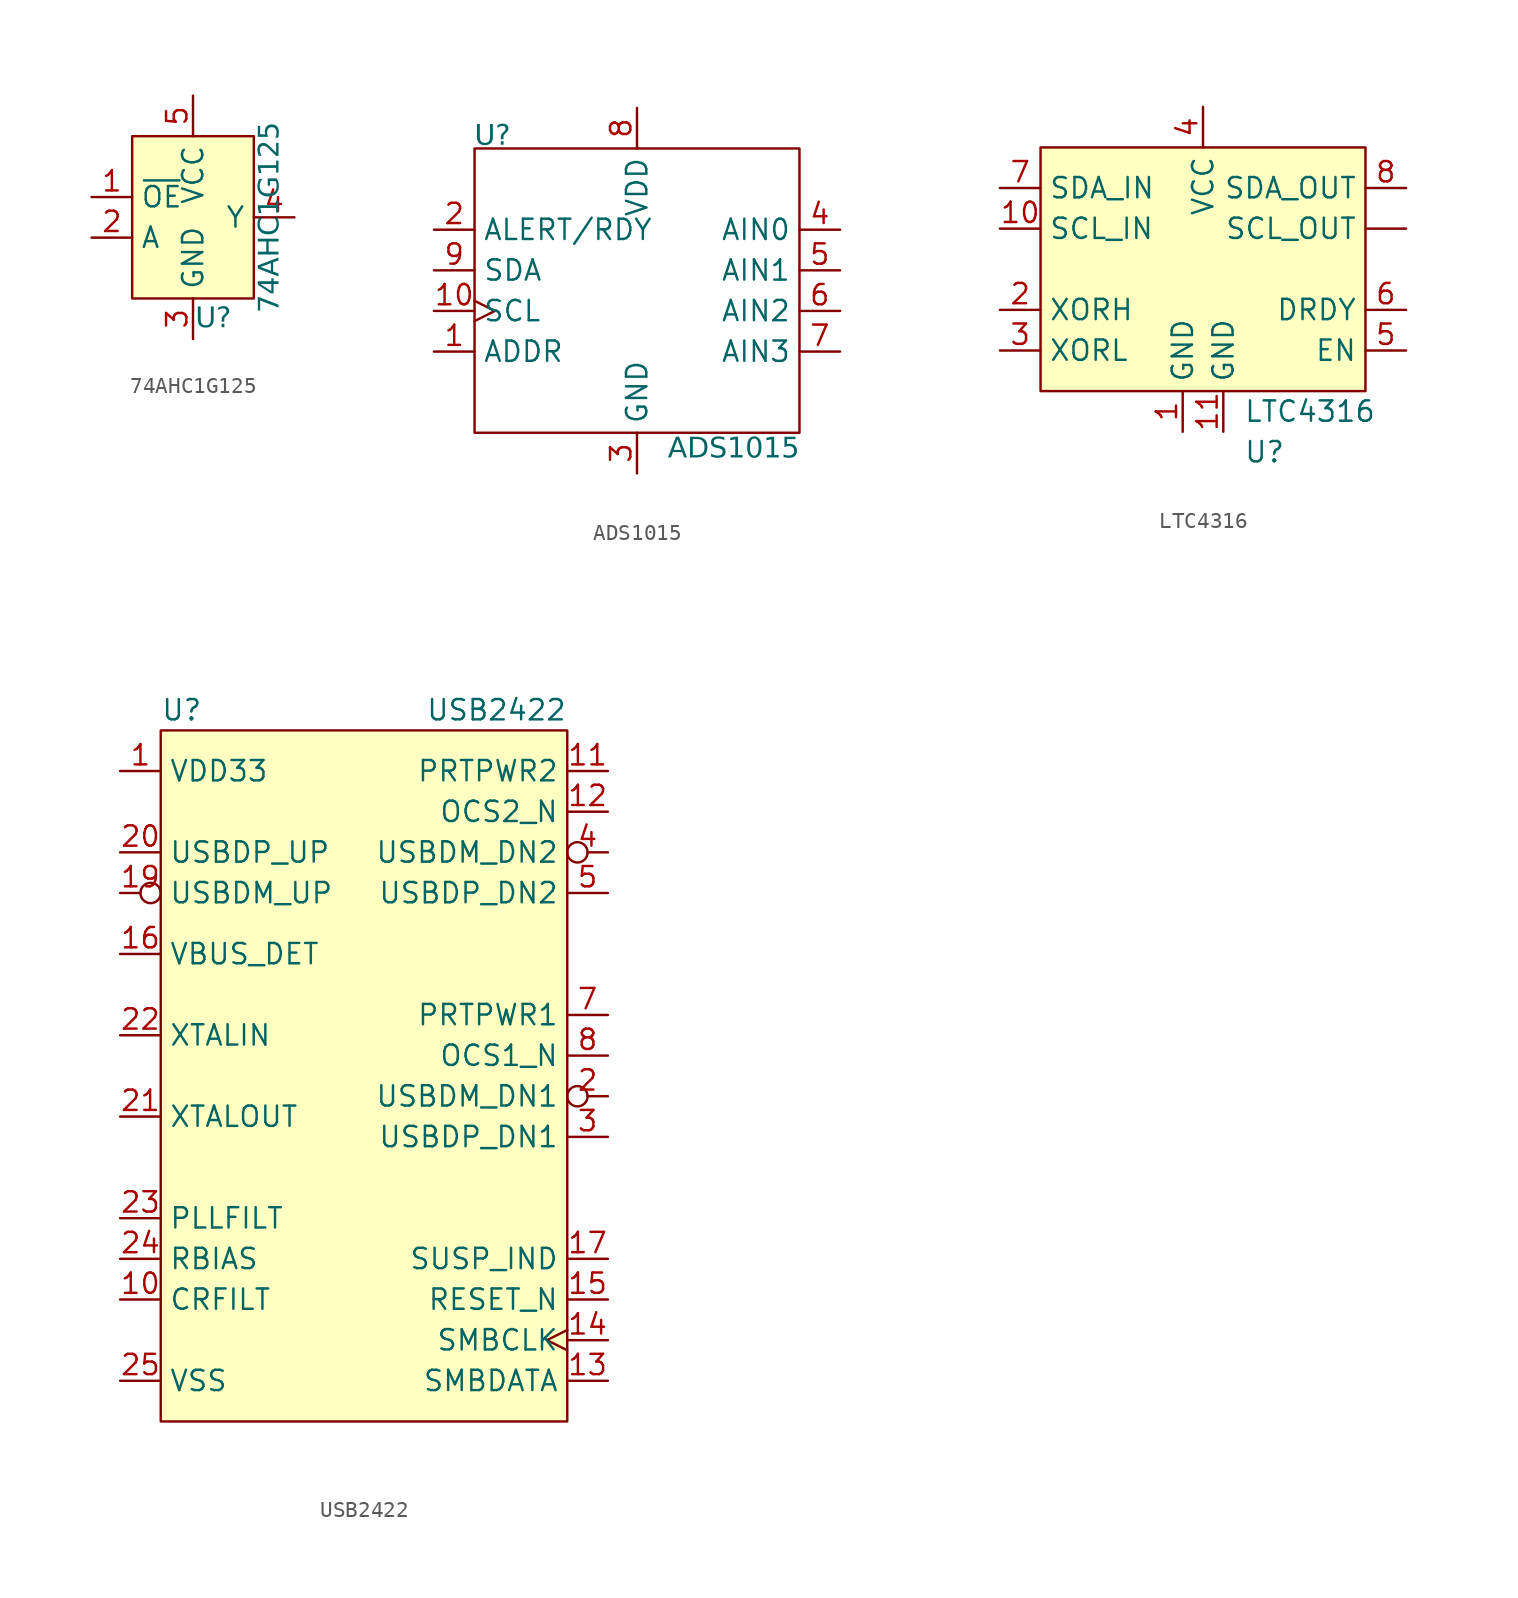
<source format=kicad_sym>
(kicad_symbol_lib
  (version 20231120)
  (generator "kicad_symbol_editor")
  (generator_version "8.0")
  (symbol "74AHC1G125"
    (property "Reference" "U"
      (at 1.27 -6.35 0)
      (do_not_autoplace)
      (effects (font (face "Bahnschrift") (size 1.27 1.27))))
    (property "Value" "74AHC1G125"
      (at 4.826 0 90)
      (do_not_autoplace)
      (effects (font (face "Bahnschrift") (size 1.27 1.27))))
    (symbol "74AHC1G125_0_0"
      (pin unspecified line (at -6.35 1.27 0) (length 2.54) (name "~{OE}" (effects (font (size 1.27 1.27)))) (number "1" (effects (font (size 1.27 1.27)))))
      (pin unspecified line (at -6.35 -1.27 0) (length 2.54) (name "A" (effects (font (size 1.27 1.27)))) (number "2" (effects (font (size 1.27 1.27)))))
      (pin unspecified line (at 0 -7.62 90) (length 2.54) (name "GND" (effects (font (size 1.27 1.27)))) (number "3" (effects (font (size 1.27 1.27)))))
      (pin unspecified line (at 6.35 0 180) (length 2.54) (name "Y" (effects (font (size 1.27 1.27)))) (number "4" (effects (font (size 1.27 1.27)))))
      (pin unspecified line (at 0 7.62 270) (length 2.54) (name "VCC" (effects (font (size 1.27 1.27)))) (number "5" (effects (font (size 1.27 1.27))))))
    (symbol "74AHC1G125_1_1"
      (rectangle (start -3.81 5.08) (end 3.81 -5.08) (stroke (width 0) (type default)) (fill (type background)))))
  (symbol "ADS1015"
    (property "Reference" "U"
      (at -10.16 9.652 0)
      (do_not_autoplace)
      (effects (font (face "Bahnschrift") (size 1.27 1.27)) (justify left)))
    (property "Value" "ADS1015"
      (at 10.16 -9.906 0)
      (do_not_autoplace)
      (effects (font (face "Bahnschrift") (size 1.27 1.27)) (justify right)))
    (symbol "ADS1015_0_0"
      (pin input line (at -12.7 -3.81 0) (length 2.54) (name "ADDR" (effects (font (size 1.27 1.27)))) (number "1" (effects (font (size 1.27 1.27)))))
      (pin input clock (at -12.7 -1.27 0) (length 2.54) (name "SCL" (effects (font (size 1.27 1.27)))) (number "10" (effects (font (size 1.27 1.27)))))
      (pin output line (at -12.7 3.81 0) (length 2.54) (name "ALERT/RDY" (effects (font (size 1.27 1.27)))) (number "2" (effects (font (size 1.27 1.27)))))
      (pin passive line (at 0 -11.43 90) (length 2.54) (name "GND" (effects (font (size 1.27 1.27)))) (number "3" (effects (font (size 1.27 1.27)))))
      (pin input line (at 12.7 3.81 180) (length 2.54) (name "AIN0" (effects (font (size 1.27 1.27)))) (number "4" (effects (font (size 1.27 1.27)))))
      (pin input line (at 12.7 1.27 180) (length 2.54) (name "AIN1" (effects (font (size 1.27 1.27)))) (number "5" (effects (font (size 1.27 1.27)))))
      (pin input line (at 12.7 -1.27 180) (length 2.54) (name "AIN2" (effects (font (size 1.27 1.27)))) (number "6" (effects (font (size 1.27 1.27)))))
      (pin input line (at 12.7 -3.81 180) (length 2.54) (name "AIN3" (effects (font (size 1.27 1.27)))) (number "7" (effects (font (size 1.27 1.27)))))
      (pin power_in line (at 0 11.43 270) (length 2.54) (name "VDD" (effects (font (size 1.27 1.27)))) (number "8" (effects (font (size 1.27 1.27)))))
      (pin bidirectional line (at -12.7 1.27 0) (length 2.54) (name "SDA" (effects (font (size 1.27 1.27)))) (number "9" (effects (font (size 1.27 1.27))))))
    (symbol "ADS1015_0_1"
      (rectangle (start -10.16 8.89) (end 10.16 -8.89) (stroke (width 0) (type default)) (fill (type none)))))
  (symbol "LTC4316"
    (property "Reference" "U"
      (at 2.54 -11.43 0)
      (effects (font (size 1.27 1.27)) (justify left)))
    (property "Value" "LTC4316"
      (at 2.54 -8.89 0)
      (effects (font (size 1.27 1.27)) (justify left)))
    (symbol "LTC4316_0_1"
      (rectangle (start -10.16 7.62) (end 10.16 -7.62) (stroke (width 0) (type default)) (fill (type background))))
    (symbol "LTC4316_1_1"
      (pin output line (at 12.7 2.54 180) (length 2.54) (name "SCL_OUT" (effects (font (size 1.27 1.27)))) (number "" (effects (font (size 1.27 1.27)))))
      (pin passive line (at -1.27 -10.16 90) (length 2.54) (name "GND" (effects (font (size 1.27 1.27)))) (number "1" (effects (font (size 1.27 1.27)))))
      (pin input line (at -12.7 2.54 0) (length 2.54) (name "SCL_IN" (effects (font (size 1.27 1.27)))) (number "10" (effects (font (size 1.27 1.27)))))
      (pin passive line (at 1.27 -10.16 90) (length 2.54) (name "GND" (effects (font (size 1.27 1.27)))) (number "11" (effects (font (size 1.27 1.27)))))
      (pin input line (at -12.7 -2.54 0) (length 2.54) (name "XORH" (effects (font (size 1.27 1.27)))) (number "2" (effects (font (size 1.27 1.27)))))
      (pin input line (at -12.7 -5.08 0) (length 2.54) (name "XORL" (effects (font (size 1.27 1.27)))) (number "3" (effects (font (size 1.27 1.27)))))
      (pin power_in line (at 0 10.16 270) (length 2.54) (name "VCC" (effects (font (size 1.27 1.27)))) (number "4" (effects (font (size 1.27 1.27)))))
      (pin input line (at 12.7 -5.08 180) (length 2.54) (name "EN" (effects (font (size 1.27 1.27)))) (number "5" (effects (font (size 1.27 1.27)))))
      (pin output line (at 12.7 -2.54 180) (length 2.54) (name "DRDY" (effects (font (size 1.27 1.27)))) (number "6" (effects (font (size 1.27 1.27)))))
      (pin bidirectional line (at -12.7 5.08 0) (length 2.54) (name "SDA_IN" (effects (font (size 1.27 1.27)))) (number "7" (effects (font (size 1.27 1.27)))))
      (pin bidirectional line (at 12.7 5.08 180) (length 2.54) (name "SDA_OUT" (effects (font (size 1.27 1.27)))) (number "8" (effects (font (size 1.27 1.27)))))))
  (symbol "USB2422"
    (property "Reference" "U"
      (at -12.7 22.86 0)
      (do_not_autoplace)
      (effects (font (size 1.27 1.27)) (justify left)))
    (property "Value" "USB2422"
      (at 12.7 22.86 0)
      (do_not_autoplace)
      (effects (font (size 1.27 1.27)) (justify right)))
    (symbol "USB2422_0_0"
      (pin power_in line (at -15.24 19.05 0) (length 2.54) (name "VDD33" (effects (font (size 1.27 1.27)))) (number "1" (effects (font (size 1.27 1.27)))))
      (pin passive line (at -15.24 -13.97 0) (length 2.54) (name "CRFILT" (effects (font (size 1.27 1.27)))) (number "10" (effects (font (size 1.27 1.27)))))
      (pin input line (at 15.24 19.05 180) (length 2.54) (name "PRTPWR2" (effects (font (size 1.27 1.27)))) (number "11" (effects (font (size 1.27 1.27)))))
      (pin input line (at -15.24 7.62 0) (length 2.54) (name "VBUS_DET" (effects (font (size 1.27 1.27)))) (number "16" (effects (font (size 1.27 1.27)))))
      (pin bidirectional inverted (at -15.24 11.43 0) (length 2.54) (name "USBDM_UP" (effects (font (size 1.27 1.27)))) (number "19" (effects (font (size 1.27 1.27)))))
      (pin bidirectional line (at -15.24 13.97 0) (length 2.54) (name "USBDP_UP" (effects (font (size 1.27 1.27)))) (number "20" (effects (font (size 1.27 1.27)))))
      (pin passive line (at -15.24 -8.89 0) (length 2.54) (name "PLLFILT" (effects (font (size 1.27 1.27)))) (number "23" (effects (font (size 1.27 1.27)))))
      (pin passive line (at -15.24 -11.43 0) (length 2.54) (name "RBIAS" (effects (font (size 1.27 1.27)))) (number "24" (effects (font (size 1.27 1.27)))))
      (pin passive line (at -15.24 -19.05 0) (length 2.54) (name "VSS" (effects (font (size 1.27 1.27)))) (number "25" (effects (font (size 1.27 1.27)))))
      (pin input line (at 15.24 1.27 180) (length 2.54) (name "OCS1_N" (effects (font (size 1.27 1.27)))) (number "8" (effects (font (size 1.27 1.27))))))
    (symbol "USB2422_1_0"
      (pin input line (at 15.24 16.51 180) (length 2.54) (name "OCS2_N" (effects (font (size 1.27 1.27)))) (number "12" (effects (font (size 1.27 1.27)))))
      (pin input line (at 15.24 -19.05 180) (length 2.54) (name "SMBDATA" (effects (font (size 1.27 1.27)))) (number "13" (effects (font (size 1.27 1.27)))) (alternate "NON_REM1" passive line))
      (pin input clock (at 15.24 -16.51 180) (length 2.54) (name "SMBCLK" (effects (font (size 1.27 1.27)))) (number "14" (effects (font (size 1.27 1.27)))) (alternate "CFG_SEL" passive clock))
      (pin input line (at 15.24 -13.97 180) (length 2.54) (name "RESET_N" (effects (font (size 1.27 1.27)))) (number "15" (effects (font (size 1.27 1.27)))))
      (pin output line (at 15.24 -11.43 180) (length 2.54) (name "SUSP_IND" (effects (font (size 1.27 1.27)))) (number "17" (effects (font (size 1.27 1.27)))) (alternate "LOCAL_PWR" input line) (alternate "NON_REM0" passive line))
      (pin power_in line (at -15.24 19.05 0) (length 2.54) hide (name "VDD33" (effects (font (size 1.27 1.27)))) (number "18" (effects (font (size 1.27 1.27)))))
      (pin bidirectional inverted (at 15.24 -1.27 180) (length 2.54) (name "USBDM_DN1" (effects (font (size 1.27 1.27)))) (number "2" (effects (font (size 1.27 1.27)))) (alternate "PRT_DIS_M1" passive line))
      (pin output line (at -15.24 -2.54 0) (length 2.54) (name "XTALOUT" (effects (font (size 1.27 1.27)))) (number "21" (effects (font (size 1.27 1.27)))) (alternate "CLKIN_EN" input line))
      (pin input line (at -15.24 2.54 0) (length 2.54) (name "XTALIN" (effects (font (size 1.27 1.27)))) (number "22" (effects (font (size 1.27 1.27)))) (alternate "CLKIN" input line))
      (pin bidirectional line (at 15.24 -3.81 180) (length 2.54) (name "USBDP_DN1" (effects (font (size 1.27 1.27)))) (number "3" (effects (font (size 1.27 1.27)))) (alternate "PRT_DIS_P1" passive line))
      (pin bidirectional inverted (at 15.24 13.97 180) (length 2.54) (name "USBDM_DN2" (effects (font (size 1.27 1.27)))) (number "4" (effects (font (size 1.27 1.27)))) (alternate "PRT_DIS_M2" passive line))
      (pin bidirectional line (at 15.24 11.43 180) (length 2.54) (name "USBDP_DN2" (effects (font (size 1.27 1.27)))) (number "5" (effects (font (size 1.27 1.27)))) (alternate "PRT_DIS_P2" passive line))
      (pin no_connect line (at -15.24 -6.35 0) (length 2.54) hide (name "NC" (effects (font (size 1.27 1.27)))) (number "6" (effects (font (size 1.27 1.27)))))
      (pin input line (at 15.24 3.81 180) (length 2.54) (name "PRTPWR1" (effects (font (size 1.27 1.27)))) (number "7" (effects (font (size 1.27 1.27)))) (alternate "BC_EN1" input line))
      (pin power_in line (at -15.24 19.05 0) (length 2.54) hide (name "VDD33" (effects (font (size 1.27 1.27)))) (number "9" (effects (font (size 1.27 1.27))))))
    (symbol "USB2422_1_1"
      (rectangle (start -12.7 21.59) (end 12.7 -21.59) (stroke (width 0) (type default)) (fill (type background))))))
</source>
